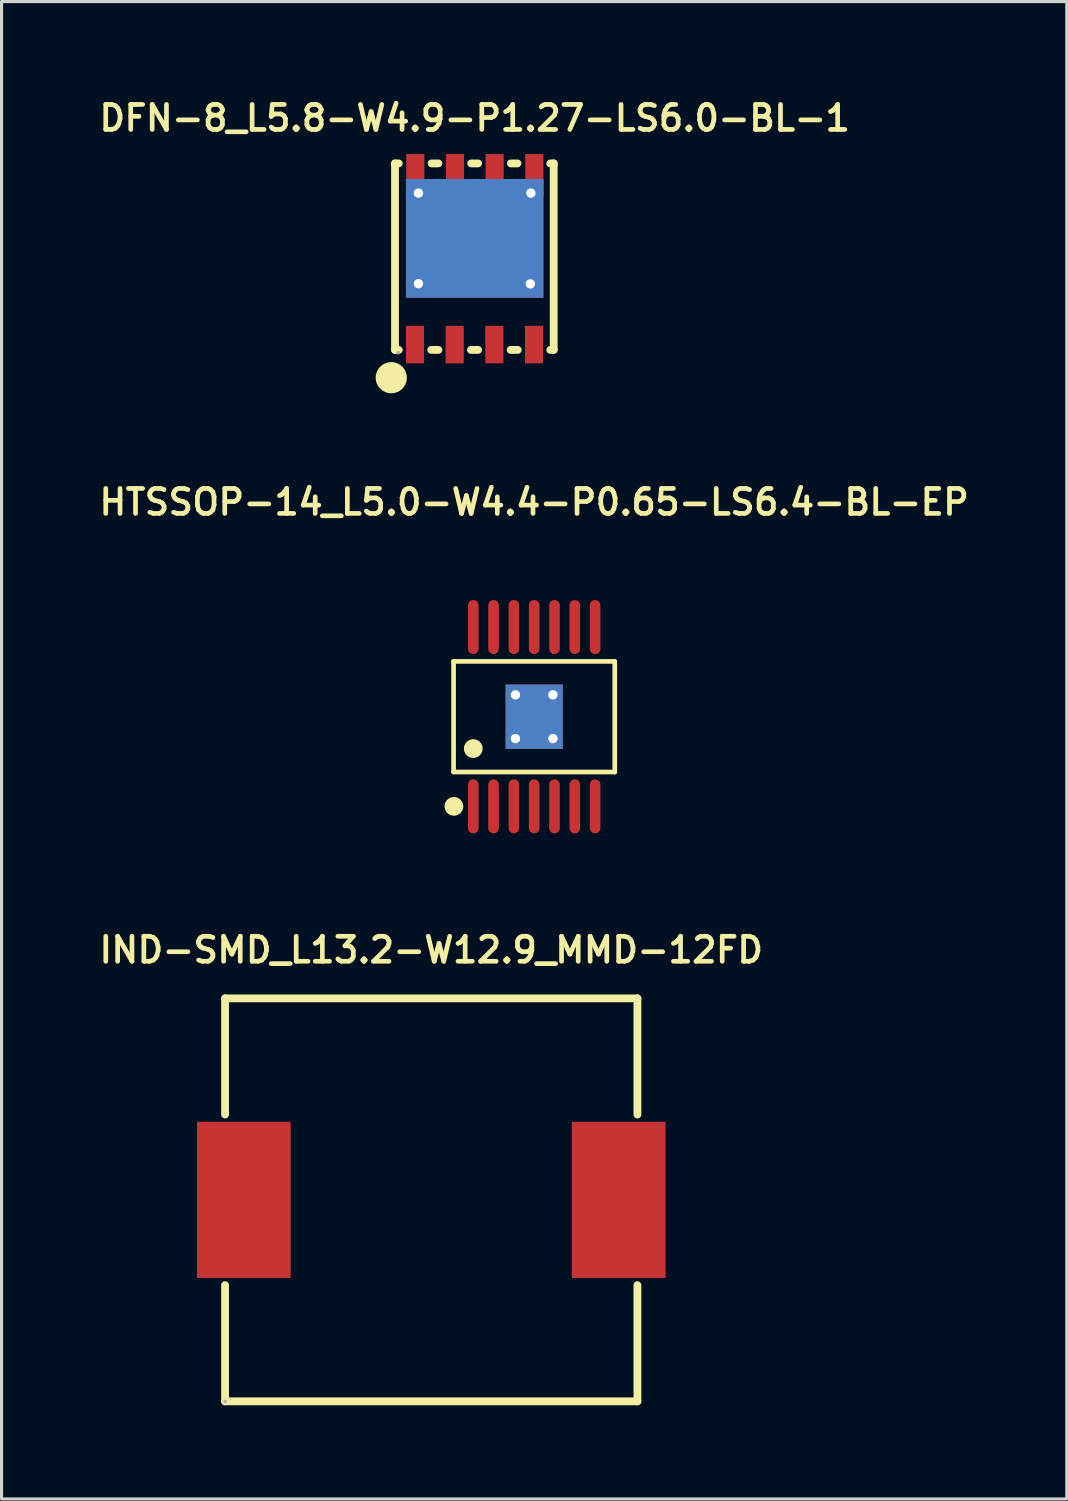
<source format=kicad_pcb>
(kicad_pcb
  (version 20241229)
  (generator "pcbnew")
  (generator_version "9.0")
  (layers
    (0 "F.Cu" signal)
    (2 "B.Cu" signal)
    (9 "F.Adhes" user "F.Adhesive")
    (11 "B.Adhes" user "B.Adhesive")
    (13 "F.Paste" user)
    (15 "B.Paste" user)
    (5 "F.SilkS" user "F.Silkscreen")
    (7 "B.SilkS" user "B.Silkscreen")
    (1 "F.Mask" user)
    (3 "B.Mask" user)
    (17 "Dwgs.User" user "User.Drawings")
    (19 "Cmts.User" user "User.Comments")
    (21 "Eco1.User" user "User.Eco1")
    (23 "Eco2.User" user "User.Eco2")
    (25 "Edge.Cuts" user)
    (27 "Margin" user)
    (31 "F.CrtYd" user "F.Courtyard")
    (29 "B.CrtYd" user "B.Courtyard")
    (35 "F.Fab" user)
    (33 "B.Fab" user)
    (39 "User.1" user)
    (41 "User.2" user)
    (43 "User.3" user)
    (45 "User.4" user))
  (footprint "DFN-8_L5.8-W4.9-P1.27-LS6.0-BL-1"
    (layer "F.Cu")
    (at 12.145 5.231)
    (property "Reference" "DFN-8_L5.8-W4.9-P1.27-LS6.0-BL-1" (at 0 -4.5 0) (layer "F.SilkS") (effects (font (size 0.8 0.8) (thickness 0.15))))
    (attr smd)
    (fp_line (start -2.55 -3.05) (end -2.43 -3.05) (stroke (width 0.25) (type solid)) (layer "F.SilkS"))
    (fp_line (start -2.55 2.92) (end -2.55 -3.05) (stroke (width 0.25) (type solid)) (layer "F.SilkS"))
    (fp_line (start -2.43 2.92) (end -2.55 2.92) (stroke (width 0.25) (type solid)) (layer "F.SilkS"))
    (fp_line (start -1.38 -3.05) (end -1.16 -3.05) (stroke (width 0.25) (type solid)) (layer "F.SilkS"))
    (fp_line (start -1.16 2.92) (end -1.39 2.92) (stroke (width 0.25) (type solid)) (layer "F.SilkS"))
    (fp_line (start -0.11 -3.05) (end 0.11 -3.05) (stroke (width 0.25) (type solid)) (layer "F.SilkS"))
    (fp_line (start 0.11 2.92) (end -0.12 2.92) (stroke (width 0.25) (type solid)) (layer "F.SilkS"))
    (fp_line (start 1.16 -3.05) (end 1.37 -3.05) (stroke (width 0.25) (type solid)) (layer "F.SilkS"))
    (fp_line (start 1.38 2.92) (end 1.15 2.92) (stroke (width 0.25) (type solid)) (layer "F.SilkS"))
    (fp_line (start 2.42 -3.05) (end 2.53 -3.05) (stroke (width 0.25) (type solid)) (layer "F.SilkS"))
    (fp_line (start 2.53 -3.05) (end 2.53 2.92) (stroke (width 0.25) (type solid)) (layer "F.SilkS"))
    (fp_line (start 2.53 2.92) (end 2.42 2.92) (stroke (width 0.25) (type solid)) (layer "F.SilkS"))
    (fp_arc (start -2.67 3.81) (mid -2.67 3.81) (end -2.67 3.81) (stroke (width 0.5) (type solid)) (layer "F.SilkS"))
    (fp_circle (center -2.45 3.01) (end -2.42 3.01) (stroke (width 0.06) (type solid)) (fill no) (layer "F.Fab"))
    (pad "1" smd rect (at -1.91 2.75 180) (size 0.58 1.2) (layers "F.Cu" "F.Mask" "F.Paste"))
    (pad "2" smd rect (at -0.64 2.75 180) (size 0.58 1.2) (layers "F.Cu" "F.Mask" "F.Paste"))
    (pad "3" smd rect (at 0.63 2.75 180) (size 0.58 1.2) (layers "F.Cu" "F.Mask" "F.Paste"))
    (pad "4" smd rect (at 1.9 2.75 180) (size 0.58 1.2) (layers "F.Cu" "F.Mask" "F.Paste"))
    (pad "5" smd rect (at 1.91 -2.75) (size 0.58 1.2) (layers "F.Cu" "F.Mask" "F.Paste"))
    (pad "6" smd rect (at 0.64 -2.75) (size 0.58 1.2) (layers "F.Cu" "F.Mask" "F.Paste"))
    (pad "7" smd rect (at -0.63 -2.75) (size 0.58 1.2) (layers "F.Cu" "F.Mask" "F.Paste"))
    (pad "8" smd rect (at -1.9 -2.75) (size 0.58 1.2) (layers "F.Cu" "F.Mask" "F.Paste"))
    (pad "9" thru_hole circle (at -1.8 -2.1) (size 0.8 0.8) (drill 0.3) (property pad_prop_heatsink) (layers "*.Cu" "*.Mask"))
    (pad "9" thru_hole circle (at -1.8 0.8) (size 0.8 0.8) (drill 0.3) (property pad_prop_heatsink) (layers "*.Cu" "*.Mask"))
    (pad "9" smd rect (at 0 -0.651) (size 4.4 3.8) (layers "B.Cu" "B.Mask" "B.Paste"))
    (pad "9" smd rect (at 0 -0.65) (size 4.4 3.8) (layers "F.Cu" "F.Mask" "F.Paste"))
    (pad "9" thru_hole circle (at 1.781 0.806) (size 0.8 0.8) (drill 0.3) (property pad_prop_heatsink) (layers "*.Cu" "*.Mask"))
    (pad "9" thru_hole circle (at 1.8 -2.1) (size 0.8 0.8) (drill 0.3) (property pad_prop_heatsink) (layers "*.Cu" "*.Mask")))
  (footprint "HTSSOP-14_L5.0-W4.4-P0.65-LS6.4-BL-EP"
    (layer "F.Cu")
    (at 14.05 19.893)
    (property "Reference" "HTSSOP-14_L5.0-W4.4-P0.65-LS6.4-BL-EP" (at 0 -6.87 0) (layer "F.SilkS") (effects (font (size 0.8 0.8) (thickness 0.15))))
    (attr smd)
    (fp_line (start -2.58 -1.77) (end 2.58 -1.77) (stroke (width 0.15) (type solid)) (layer "F.SilkS"))
    (fp_line (start -2.58 1.77) (end -2.58 -1.77) (stroke (width 0.15) (type solid)) (layer "F.SilkS"))
    (fp_line (start 2.58 -1.77) (end 2.58 1.77) (stroke (width 0.15) (type solid)) (layer "F.SilkS"))
    (fp_line (start 2.58 1.77) (end -2.58 1.77) (stroke (width 0.15) (type solid)) (layer "F.SilkS"))
    (fp_circle (center -2.57 2.87) (end -2.42 2.87) (stroke (width 0.3) (type solid)) (fill no) (layer "F.SilkS"))
    (fp_circle (center -1.95 1.02) (end -1.8 1.02) (stroke (width 0.3) (type solid)) (fill no) (layer "F.SilkS"))
    (pad "1" smd oval (at -1.95 2.87) (size 0.34 1.73) (layers "F.Cu" "F.Mask" "F.Paste"))
    (pad "2" smd oval (at -1.3 2.87) (size 0.34 1.73) (layers "F.Cu" "F.Mask" "F.Paste"))
    (pad "3" smd oval (at -0.65 2.87) (size 0.34 1.73) (layers "F.Cu" "F.Mask" "F.Paste"))
    (pad "4" smd oval (at 0 2.87) (size 0.34 1.73) (layers "F.Cu" "F.Mask" "F.Paste"))
    (pad "5" smd oval (at 0.65 2.87) (size 0.34 1.73) (layers "F.Cu" "F.Mask" "F.Paste"))
    (pad "6" smd oval (at 1.3 2.87) (size 0.34 1.73) (layers "F.Cu" "F.Mask" "F.Paste"))
    (pad "7" smd oval (at 1.95 2.87) (size 0.34 1.73) (layers "F.Cu" "F.Mask" "F.Paste"))
    (pad "8" smd oval (at 1.95 -2.87) (size 0.34 1.73) (layers "F.Cu" "F.Mask" "F.Paste"))
    (pad "9" smd oval (at 1.3 -2.87) (size 0.34 1.73) (layers "F.Cu" "F.Mask" "F.Paste"))
    (pad "10" smd oval (at 0.65 -2.87) (size 0.34 1.73) (layers "F.Cu" "F.Mask" "F.Paste"))
    (pad "11" smd oval (at 0 -2.87) (size 0.34 1.73) (layers "F.Cu" "F.Mask" "F.Paste"))
    (pad "12" smd oval (at -0.65 -2.87) (size 0.34 1.73) (layers "F.Cu" "F.Mask" "F.Paste"))
    (pad "13" smd oval (at -1.3 -2.87) (size 0.34 1.73) (layers "F.Cu" "F.Mask" "F.Paste"))
    (pad "14" smd oval (at -1.95 -2.87) (size 0.34 1.73) (layers "F.Cu" "F.Mask" "F.Paste"))
    (pad "15" thru_hole circle (at -0.6 -0.7) (size 0.61 0.61) (drill 0.3) (layers "*.Cu" "*.Paste" "*.Mask"))
    (pad "15" thru_hole circle (at -0.6 0.7) (size 0.61 0.61) (drill 0.3) (layers "*.Cu" "*.Paste" "*.Mask"))
    (pad "15" smd rect (at 0 0) (size 1.83 2.06) (layers "F.Cu" "F.Mask" "F.Paste"))
    (pad "15" smd rect (at 0 0) (size 1.83 2.06) (layers "B.Cu" "B.Mask" "B.Paste"))
    (pad "15" thru_hole circle (at 0.6 -0.7) (size 0.61 0.61) (drill 0.3) (layers "*.Cu" "*.Paste" "*.Mask"))
    (pad "15" thru_hole circle (at 0.6 0.7) (size 0.61 0.61) (drill 0.3) (layers "*.Cu" "*.Paste" "*.Mask")))
  (footprint "IND-SMD_L13.2-W12.9_MMD-12FD"
    (layer "F.Cu")
    (at 10.755 35.359)
    (property "Reference" "IND-SMD_L13.2-W12.9_MMD-12FD" (at 0 -8 0) (layer "F.SilkS") (effects (font (size 0.8 0.8) (thickness 0.15))))
    (attr through_hole)
    (fp_line (start -6.6 -6.45) (end 6.6 -6.45) (stroke (width 0.25) (type solid)) (layer "F.SilkS"))
    (fp_line (start -6.6 -2.73) (end -6.6 -6.45) (stroke (width 0.25) (type solid)) (layer "F.SilkS"))
    (fp_line (start -6.6 6.45) (end -6.6 2.73) (stroke (width 0.25) (type solid)) (layer "F.SilkS"))
    (fp_line (start 6.6 -2.73) (end 6.6 -6.45) (stroke (width 0.25) (type solid)) (layer "F.SilkS"))
    (fp_line (start 6.6 6.45) (end -6.6 6.45) (stroke (width 0.25) (type solid)) (layer "F.SilkS"))
    (fp_line (start 6.6 6.45) (end 6.6 2.73) (stroke (width 0.25) (type solid)) (layer "F.SilkS"))
    (fp_circle (center -6.6 6.45) (end -6.57 6.45) (stroke (width 0.06) (type solid)) (fill no) (layer "F.Fab"))
    (pad "1" smd rect (at -6 0) (size 3 5) (layers "F.Cu" "F.Mask" "F.Paste"))
    (pad "2" smd rect (at 6 0) (size 3 5) (layers "F.Cu" "F.Mask" "F.Paste")))
  (gr_rect
    (start -3 -3)
    (end 31.1 44.934)
    (stroke (width 0.1) (type default))
    (fill no)
    (layer "Edge.Cuts")))
</source>
